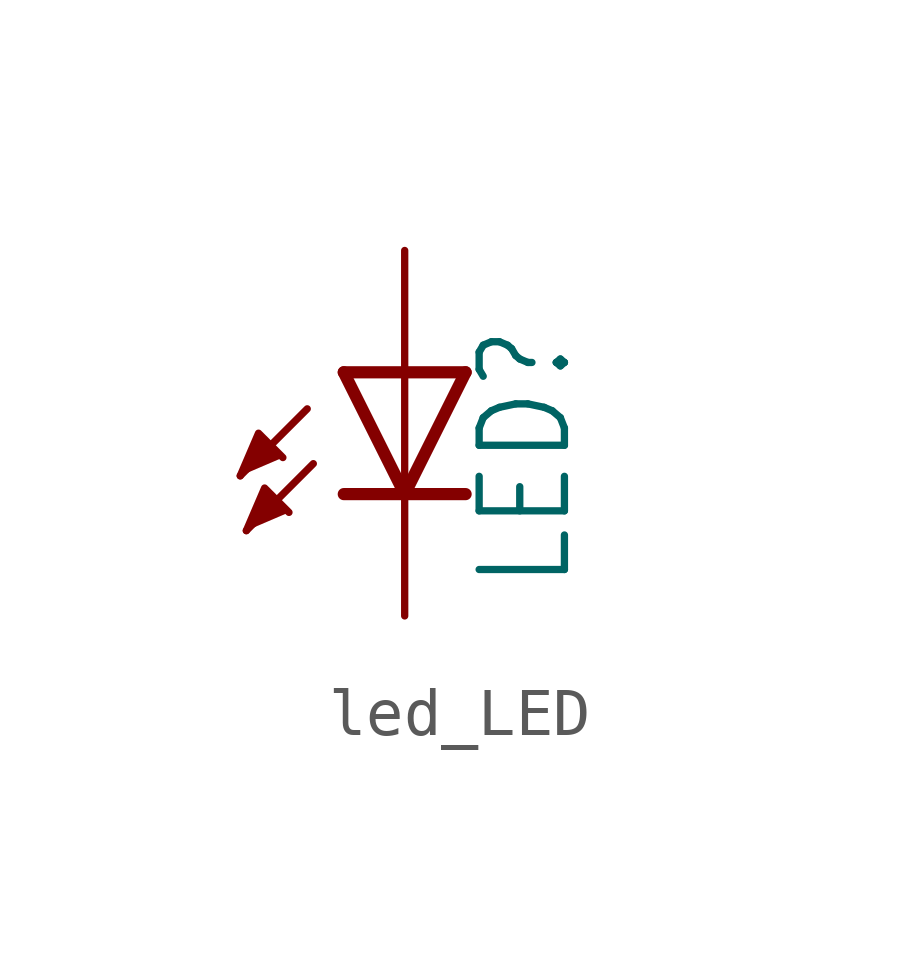
<source format=kicad_sym>
(kicad_symbol_lib
  (version 20231120)
  (generator "kicad_symbol_editor")
  (generator_version "8.0")
  (symbol "led_LED"
    (property "Reference" "LED"
      (at 3.556 -4.572 90)
      (effects (font (size 1.778 1.511)) (justify left bottom)))
    (property "Value" ""
      (at 5.715 -4.572 90)
      (effects (font (size 1.778 1.511)) (justify left bottom)))
    (property "ki_locked" ""
      (at 0 0 0)
      (effects (font (size 1.27 1.27))))
    (symbol "led_LED_1_0"
      (polyline (pts (xy -2.032 -0.762) (xy -3.429 -2.159)) (stroke (width 0.152) (type solid)) (fill (type none)))
      (polyline (pts (xy -1.905 -1.905) (xy -3.302 -3.302)) (stroke (width 0.152) (type solid)) (fill (type none)))
      (polyline (pts (xy 0 -2.54) (xy -1.27 -2.54)) (stroke (width 0.254) (type solid)) (fill (type none)))
      (polyline (pts (xy 0 -2.54) (xy -1.27 0)) (stroke (width 0.254) (type solid)) (fill (type none)))
      (polyline (pts (xy 0 0) (xy -1.27 0)) (stroke (width 0.254) (type solid)) (fill (type none)))
      (polyline (pts (xy 0 0) (xy 0 -2.54)) (stroke (width 0.152) (type solid)) (fill (type none)))
      (polyline (pts (xy 1.27 -2.54) (xy 0 -2.54)) (stroke (width 0.254) (type solid)) (fill (type none)))
      (polyline (pts (xy 1.27 0) (xy 0 -2.54)) (stroke (width 0.254) (type solid)) (fill (type none)))
      (polyline (pts (xy 1.27 0) (xy 0 0)) (stroke (width 0.254) (type solid)) (fill (type none)))
      (polyline (pts (xy -3.429 -2.159) (xy -3.048 -1.27) (xy -2.54 -1.778)) (stroke (width 0.152) (type solid)) (fill (type outline)))
      (polyline (pts (xy -3.302 -3.302) (xy -2.921 -2.413) (xy -2.413 -2.921)) (stroke (width 0.152) (type solid)) (fill (type outline)))
      (pin passive line (at 0 2.54 270) (length 2.54) (name "A" (effects (font (size 0 0)))) (number "A@1" (effects (font (size 0 0)))))
      (pin passive line (at 0 -5.08 90) (length 2.54) (name "C" (effects (font (size 0 0)))) (number "C@1" (effects (font (size 0 0))))))))
</source>
